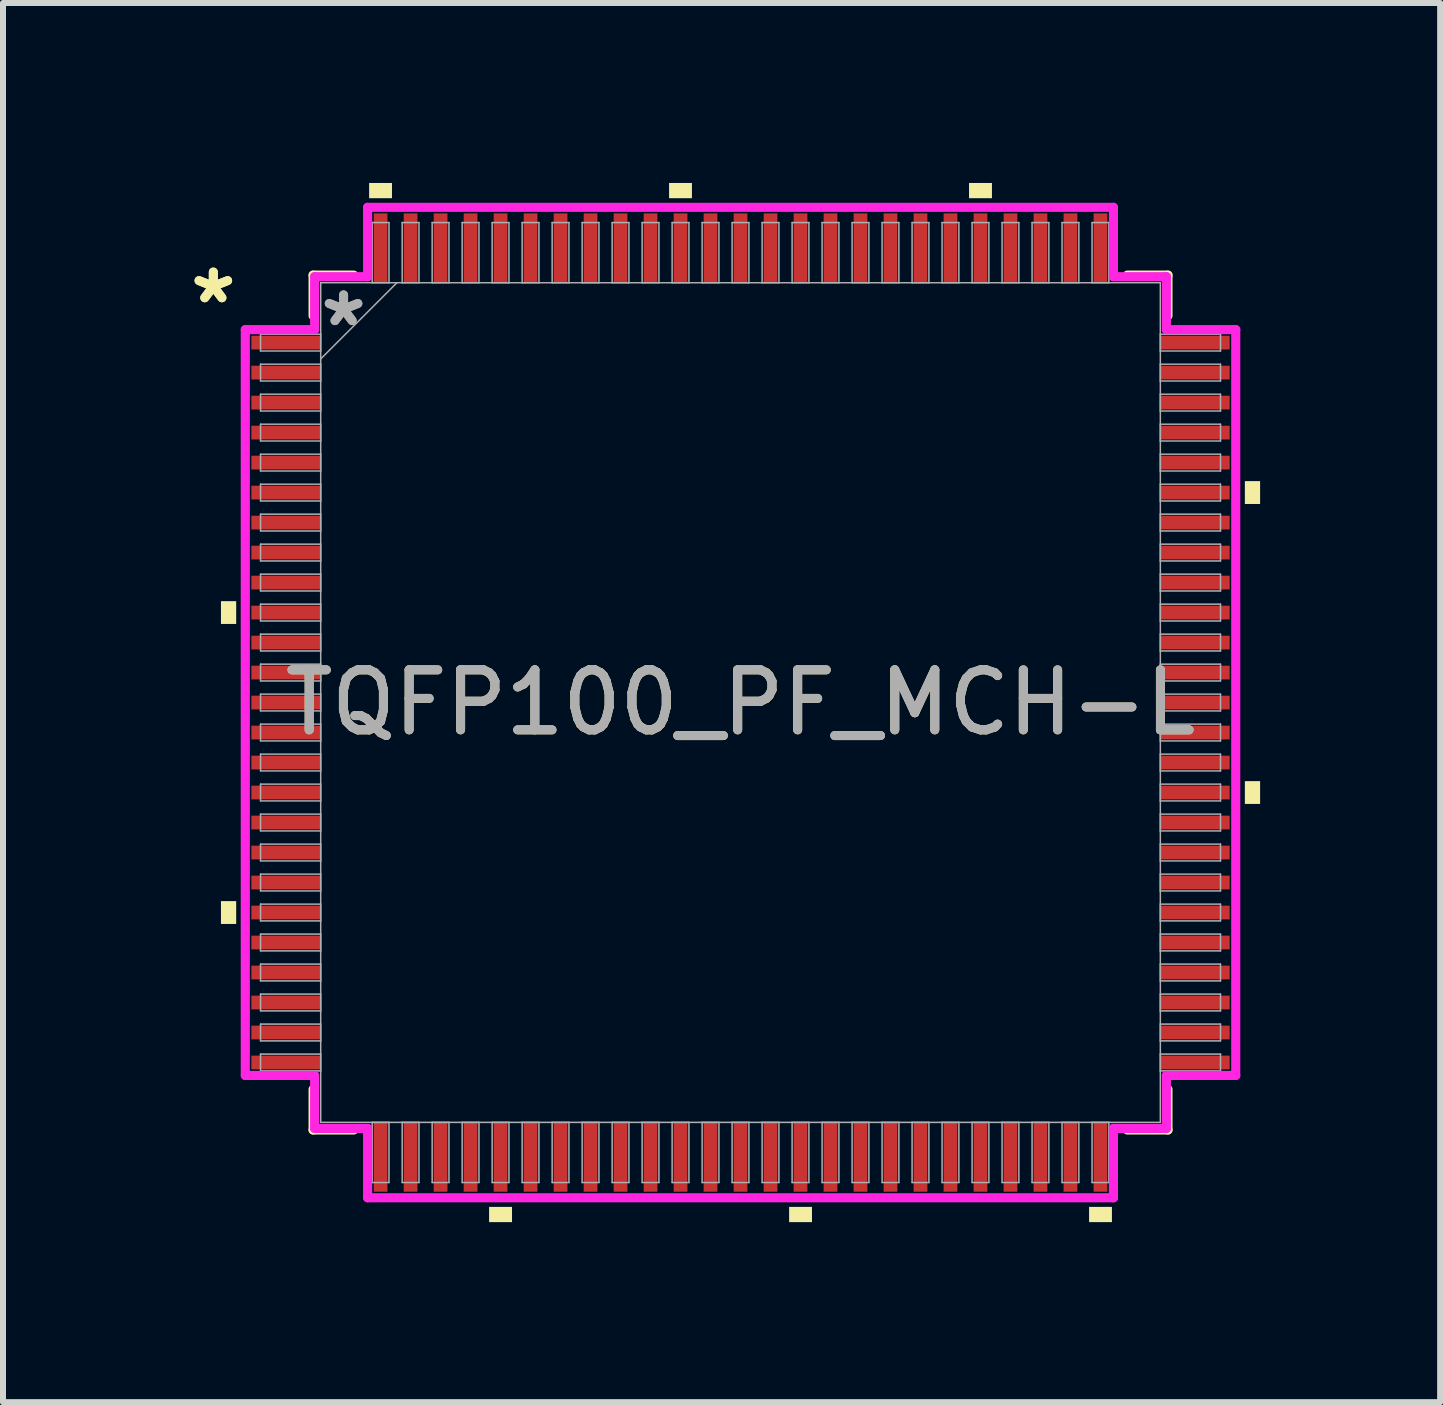
<source format=kicad_pcb>
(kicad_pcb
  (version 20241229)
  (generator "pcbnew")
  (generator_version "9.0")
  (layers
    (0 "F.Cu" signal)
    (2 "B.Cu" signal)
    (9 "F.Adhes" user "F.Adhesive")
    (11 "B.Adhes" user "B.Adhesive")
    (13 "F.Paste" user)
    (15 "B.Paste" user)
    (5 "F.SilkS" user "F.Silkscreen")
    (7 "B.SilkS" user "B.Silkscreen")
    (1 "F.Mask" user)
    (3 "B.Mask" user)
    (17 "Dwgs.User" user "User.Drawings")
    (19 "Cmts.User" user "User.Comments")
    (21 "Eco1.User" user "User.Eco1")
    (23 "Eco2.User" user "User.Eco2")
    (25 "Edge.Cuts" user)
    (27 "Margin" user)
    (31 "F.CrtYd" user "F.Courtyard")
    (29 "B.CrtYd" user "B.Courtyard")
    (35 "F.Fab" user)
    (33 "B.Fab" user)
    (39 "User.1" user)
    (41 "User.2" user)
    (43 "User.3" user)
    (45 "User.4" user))
  (footprint "TQFP100_PF_MCH-L"
    (layer "F.Cu")
    (at 9.294 8.661)
    (property "Reference" "TQFP100_PF_MCH-L" (at 0 0 0) (unlocked yes) (layer "F.SilkS") (effects (font (size 1 1) (thickness 0.15))))
    (attr smd)
    (fp_line (start -7.125 -7.125) (end -7.125 -6.447) (stroke (width 0.152) (type solid)) (layer "F.SilkS"))
    (fp_line (start -7.125 6.447) (end -7.125 7.125) (stroke (width 0.152) (type solid)) (layer "F.SilkS"))
    (fp_line (start -7.125 7.125) (end -6.447 7.125) (stroke (width 0.152) (type solid)) (layer "F.SilkS"))
    (fp_line (start -6.447 -7.125) (end -7.125 -7.125) (stroke (width 0.152) (type solid)) (layer "F.SilkS"))
    (fp_line (start 6.447 7.125) (end 7.125 7.125) (stroke (width 0.152) (type solid)) (layer "F.SilkS"))
    (fp_line (start 7.125 -7.125) (end 6.447 -7.125) (stroke (width 0.152) (type solid)) (layer "F.SilkS"))
    (fp_line (start 7.125 -6.447) (end 7.125 -7.125) (stroke (width 0.152) (type solid)) (layer "F.SilkS"))
    (fp_line (start 7.125 7.125) (end 7.125 6.447) (stroke (width 0.152) (type solid)) (layer "F.SilkS"))
    (fp_poly (pts (xy -8.661 -1.69) (xy -8.661 -1.31) (xy -8.407 -1.31) (xy -8.407 -1.69)) (stroke (width 0) (type solid)) (fill yes) (layer "F.SilkS"))
    (fp_poly (pts (xy -8.661 3.31) (xy -8.661 3.691) (xy -8.407 3.691) (xy -8.407 3.31)) (stroke (width 0) (type solid)) (fill yes) (layer "F.SilkS"))
    (fp_poly (pts (xy -6.191 -8.407) (xy -6.191 -8.661) (xy -5.81 -8.661) (xy -5.81 -8.407)) (stroke (width 0) (type solid)) (fill yes) (layer "F.SilkS"))
    (fp_poly (pts (xy -4.191 8.407) (xy -4.191 8.661) (xy -3.809 8.661) (xy -3.809 8.407)) (stroke (width 0) (type solid)) (fill yes) (layer "F.SilkS"))
    (fp_poly (pts (xy -1.191 -8.407) (xy -1.191 -8.661) (xy -0.81 -8.661) (xy -0.81 -8.407)) (stroke (width 0) (type solid)) (fill yes) (layer "F.SilkS"))
    (fp_poly (pts (xy 0.81 8.407) (xy 0.81 8.661) (xy 1.191 8.661) (xy 1.191 8.407)) (stroke (width 0) (type solid)) (fill yes) (layer "F.SilkS"))
    (fp_poly (pts (xy 3.809 -8.407) (xy 3.809 -8.661) (xy 4.191 -8.661) (xy 4.191 -8.407)) (stroke (width 0) (type solid)) (fill yes) (layer "F.SilkS"))
    (fp_poly (pts (xy 5.81 8.407) (xy 5.81 8.661) (xy 6.191 8.661) (xy 6.191 8.407)) (stroke (width 0) (type solid)) (fill yes) (layer "F.SilkS"))
    (fp_poly (pts (xy 8.661 -3.691) (xy 8.661 -3.31) (xy 8.407 -3.31) (xy 8.407 -3.691)) (stroke (width 0) (type solid)) (fill yes) (layer "F.SilkS"))
    (fp_poly (pts (xy 8.661 1.31) (xy 8.661 1.69) (xy 8.407 1.69) (xy 8.407 1.31)) (stroke (width 0) (type solid)) (fill yes) (layer "F.SilkS"))
    (fp_line (start -8.255 -6.216) (end -7.099 -6.216) (stroke (width 0.152) (type solid)) (layer "F.CrtYd"))
    (fp_line (start -8.255 6.216) (end -8.255 -6.216) (stroke (width 0.152) (type solid)) (layer "F.CrtYd"))
    (fp_line (start -7.099 -7.099) (end -6.216 -7.099) (stroke (width 0.152) (type solid)) (layer "F.CrtYd"))
    (fp_line (start -7.099 -6.216) (end -7.099 -7.099) (stroke (width 0.152) (type solid)) (layer "F.CrtYd"))
    (fp_line (start -7.099 6.216) (end -8.255 6.216) (stroke (width 0.152) (type solid)) (layer "F.CrtYd"))
    (fp_line (start -7.099 7.099) (end -7.099 6.216) (stroke (width 0.152) (type solid)) (layer "F.CrtYd"))
    (fp_line (start -7.099 7.099) (end -6.216 7.099) (stroke (width 0.152) (type solid)) (layer "F.CrtYd"))
    (fp_line (start -6.216 -8.255) (end 6.216 -8.255) (stroke (width 0.152) (type solid)) (layer "F.CrtYd"))
    (fp_line (start -6.216 -7.099) (end -6.216 -8.255) (stroke (width 0.152) (type solid)) (layer "F.CrtYd"))
    (fp_line (start -6.216 7.099) (end -6.216 8.255) (stroke (width 0.152) (type solid)) (layer "F.CrtYd"))
    (fp_line (start -6.216 8.255) (end 6.216 8.255) (stroke (width 0.152) (type solid)) (layer "F.CrtYd"))
    (fp_line (start 6.216 -8.255) (end 6.216 -7.099) (stroke (width 0.152) (type solid)) (layer "F.CrtYd"))
    (fp_line (start 6.216 -7.099) (end 7.099 -7.099) (stroke (width 0.152) (type solid)) (layer "F.CrtYd"))
    (fp_line (start 6.216 7.099) (end 7.099 7.099) (stroke (width 0.152) (type solid)) (layer "F.CrtYd"))
    (fp_line (start 6.216 8.255) (end 6.216 7.099) (stroke (width 0.152) (type solid)) (layer "F.CrtYd"))
    (fp_line (start 7.099 -6.216) (end 7.099 -7.099) (stroke (width 0.152) (type solid)) (layer "F.CrtYd"))
    (fp_line (start 7.099 6.216) (end 8.255 6.216) (stroke (width 0.152) (type solid)) (layer "F.CrtYd"))
    (fp_line (start 7.099 7.099) (end 7.099 6.216) (stroke (width 0.152) (type solid)) (layer "F.CrtYd"))
    (fp_line (start 8.255 -6.216) (end 7.099 -6.216) (stroke (width 0.152) (type solid)) (layer "F.CrtYd"))
    (fp_line (start 8.255 6.216) (end 8.255 -6.216) (stroke (width 0.152) (type solid)) (layer "F.CrtYd"))
    (fp_line (start -8.001 -6.14) (end -8.001 -5.86) (stroke (width 0.025) (type solid)) (layer "F.Fab"))
    (fp_line (start -8.001 -5.86) (end -6.998 -5.86) (stroke (width 0.025) (type solid)) (layer "F.Fab"))
    (fp_line (start -8.001 -5.64) (end -8.001 -5.36) (stroke (width 0.025) (type solid)) (layer "F.Fab"))
    (fp_line (start -8.001 -5.36) (end -6.998 -5.36) (stroke (width 0.025) (type solid)) (layer "F.Fab"))
    (fp_line (start -8.001 -5.14) (end -8.001 -4.86) (stroke (width 0.025) (type solid)) (layer "F.Fab"))
    (fp_line (start -8.001 -4.86) (end -6.998 -4.86) (stroke (width 0.025) (type solid)) (layer "F.Fab"))
    (fp_line (start -8.001 -4.64) (end -8.001 -4.36) (stroke (width 0.025) (type solid)) (layer "F.Fab"))
    (fp_line (start -8.001 -4.36) (end -6.998 -4.36) (stroke (width 0.025) (type solid)) (layer "F.Fab"))
    (fp_line (start -8.001 -4.14) (end -8.001 -3.86) (stroke (width 0.025) (type solid)) (layer "F.Fab"))
    (fp_line (start -8.001 -3.86) (end -6.998 -3.86) (stroke (width 0.025) (type solid)) (layer "F.Fab"))
    (fp_line (start -8.001 -3.64) (end -8.001 -3.36) (stroke (width 0.025) (type solid)) (layer "F.Fab"))
    (fp_line (start -8.001 -3.36) (end -6.998 -3.36) (stroke (width 0.025) (type solid)) (layer "F.Fab"))
    (fp_line (start -8.001 -3.14) (end -8.001 -2.86) (stroke (width 0.025) (type solid)) (layer "F.Fab"))
    (fp_line (start -8.001 -2.86) (end -6.998 -2.86) (stroke (width 0.025) (type solid)) (layer "F.Fab"))
    (fp_line (start -8.001 -2.64) (end -8.001 -2.36) (stroke (width 0.025) (type solid)) (layer "F.Fab"))
    (fp_line (start -8.001 -2.36) (end -6.998 -2.36) (stroke (width 0.025) (type solid)) (layer "F.Fab"))
    (fp_line (start -8.001 -2.14) (end -8.001 -1.86) (stroke (width 0.025) (type solid)) (layer "F.Fab"))
    (fp_line (start -8.001 -1.86) (end -6.998 -1.86) (stroke (width 0.025) (type solid)) (layer "F.Fab"))
    (fp_line (start -8.001 -1.64) (end -8.001 -1.36) (stroke (width 0.025) (type solid)) (layer "F.Fab"))
    (fp_line (start -8.001 -1.36) (end -6.998 -1.36) (stroke (width 0.025) (type solid)) (layer "F.Fab"))
    (fp_line (start -8.001 -1.14) (end -8.001 -0.86) (stroke (width 0.025) (type solid)) (layer "F.Fab"))
    (fp_line (start -8.001 -0.86) (end -6.998 -0.86) (stroke (width 0.025) (type solid)) (layer "F.Fab"))
    (fp_line (start -8.001 -0.64) (end -8.001 -0.36) (stroke (width 0.025) (type solid)) (layer "F.Fab"))
    (fp_line (start -8.001 -0.36) (end -6.998 -0.36) (stroke (width 0.025) (type solid)) (layer "F.Fab"))
    (fp_line (start -8.001 -0.14) (end -8.001 0.14) (stroke (width 0.025) (type solid)) (layer "F.Fab"))
    (fp_line (start -8.001 0.14) (end -6.998 0.14) (stroke (width 0.025) (type solid)) (layer "F.Fab"))
    (fp_line (start -8.001 0.36) (end -8.001 0.64) (stroke (width 0.025) (type solid)) (layer "F.Fab"))
    (fp_line (start -8.001 0.64) (end -6.998 0.64) (stroke (width 0.025) (type solid)) (layer "F.Fab"))
    (fp_line (start -8.001 0.86) (end -8.001 1.14) (stroke (width 0.025) (type solid)) (layer "F.Fab"))
    (fp_line (start -8.001 1.14) (end -6.998 1.14) (stroke (width 0.025) (type solid)) (layer "F.Fab"))
    (fp_line (start -8.001 1.36) (end -8.001 1.64) (stroke (width 0.025) (type solid)) (layer "F.Fab"))
    (fp_line (start -8.001 1.64) (end -6.998 1.64) (stroke (width 0.025) (type solid)) (layer "F.Fab"))
    (fp_line (start -8.001 1.86) (end -8.001 2.14) (stroke (width 0.025) (type solid)) (layer "F.Fab"))
    (fp_line (start -8.001 2.14) (end -6.998 2.14) (stroke (width 0.025) (type solid)) (layer "F.Fab"))
    (fp_line (start -8.001 2.36) (end -8.001 2.64) (stroke (width 0.025) (type solid)) (layer "F.Fab"))
    (fp_line (start -8.001 2.64) (end -6.998 2.64) (stroke (width 0.025) (type solid)) (layer "F.Fab"))
    (fp_line (start -8.001 2.86) (end -8.001 3.14) (stroke (width 0.025) (type solid)) (layer "F.Fab"))
    (fp_line (start -8.001 3.14) (end -6.998 3.14) (stroke (width 0.025) (type solid)) (layer "F.Fab"))
    (fp_line (start -8.001 3.36) (end -8.001 3.64) (stroke (width 0.025) (type solid)) (layer "F.Fab"))
    (fp_line (start -8.001 3.64) (end -6.998 3.64) (stroke (width 0.025) (type solid)) (layer "F.Fab"))
    (fp_line (start -8.001 3.86) (end -8.001 4.14) (stroke (width 0.025) (type solid)) (layer "F.Fab"))
    (fp_line (start -8.001 4.14) (end -6.998 4.14) (stroke (width 0.025) (type solid)) (layer "F.Fab"))
    (fp_line (start -8.001 4.36) (end -8.001 4.64) (stroke (width 0.025) (type solid)) (layer "F.Fab"))
    (fp_line (start -8.001 4.64) (end -6.998 4.64) (stroke (width 0.025) (type solid)) (layer "F.Fab"))
    (fp_line (start -8.001 4.86) (end -8.001 5.14) (stroke (width 0.025) (type solid)) (layer "F.Fab"))
    (fp_line (start -8.001 5.14) (end -6.998 5.14) (stroke (width 0.025) (type solid)) (layer "F.Fab"))
    (fp_line (start -8.001 5.36) (end -8.001 5.64) (stroke (width 0.025) (type solid)) (layer "F.Fab"))
    (fp_line (start -8.001 5.64) (end -6.998 5.64) (stroke (width 0.025) (type solid)) (layer "F.Fab"))
    (fp_line (start -8.001 5.86) (end -8.001 6.14) (stroke (width 0.025) (type solid)) (layer "F.Fab"))
    (fp_line (start -8.001 6.14) (end -6.998 6.14) (stroke (width 0.025) (type solid)) (layer "F.Fab"))
    (fp_line (start -6.998 -6.998) (end -6.998 6.998) (stroke (width 0.025) (type solid)) (layer "F.Fab"))
    (fp_line (start -6.998 -6.14) (end -8.001 -6.14) (stroke (width 0.025) (type solid)) (layer "F.Fab"))
    (fp_line (start -6.998 -5.86) (end -6.998 -6.14) (stroke (width 0.025) (type solid)) (layer "F.Fab"))
    (fp_line (start -6.998 -5.728) (end -5.728 -6.998) (stroke (width 0.025) (type solid)) (layer "F.Fab"))
    (fp_line (start -6.998 -5.64) (end -8.001 -5.64) (stroke (width 0.025) (type solid)) (layer "F.Fab"))
    (fp_line (start -6.998 -5.36) (end -6.998 -5.64) (stroke (width 0.025) (type solid)) (layer "F.Fab"))
    (fp_line (start -6.998 -5.14) (end -8.001 -5.14) (stroke (width 0.025) (type solid)) (layer "F.Fab"))
    (fp_line (start -6.998 -4.86) (end -6.998 -5.14) (stroke (width 0.025) (type solid)) (layer "F.Fab"))
    (fp_line (start -6.998 -4.64) (end -8.001 -4.64) (stroke (width 0.025) (type solid)) (layer "F.Fab"))
    (fp_line (start -6.998 -4.36) (end -6.998 -4.64) (stroke (width 0.025) (type solid)) (layer "F.Fab"))
    (fp_line (start -6.998 -4.14) (end -8.001 -4.14) (stroke (width 0.025) (type solid)) (layer "F.Fab"))
    (fp_line (start -6.998 -3.86) (end -6.998 -4.14) (stroke (width 0.025) (type solid)) (layer "F.Fab"))
    (fp_line (start -6.998 -3.64) (end -8.001 -3.64) (stroke (width 0.025) (type solid)) (layer "F.Fab"))
    (fp_line (start -6.998 -3.36) (end -6.998 -3.64) (stroke (width 0.025) (type solid)) (layer "F.Fab"))
    (fp_line (start -6.998 -3.14) (end -8.001 -3.14) (stroke (width 0.025) (type solid)) (layer "F.Fab"))
    (fp_line (start -6.998 -2.86) (end -6.998 -3.14) (stroke (width 0.025) (type solid)) (layer "F.Fab"))
    (fp_line (start -6.998 -2.64) (end -8.001 -2.64) (stroke (width 0.025) (type solid)) (layer "F.Fab"))
    (fp_line (start -6.998 -2.36) (end -6.998 -2.64) (stroke (width 0.025) (type solid)) (layer "F.Fab"))
    (fp_line (start -6.998 -2.14) (end -8.001 -2.14) (stroke (width 0.025) (type solid)) (layer "F.Fab"))
    (fp_line (start -6.998 -1.86) (end -6.998 -2.14) (stroke (width 0.025) (type solid)) (layer "F.Fab"))
    (fp_line (start -6.998 -1.64) (end -8.001 -1.64) (stroke (width 0.025) (type solid)) (layer "F.Fab"))
    (fp_line (start -6.998 -1.36) (end -6.998 -1.64) (stroke (width 0.025) (type solid)) (layer "F.Fab"))
    (fp_line (start -6.998 -1.14) (end -8.001 -1.14) (stroke (width 0.025) (type solid)) (layer "F.Fab"))
    (fp_line (start -6.998 -0.86) (end -6.998 -1.14) (stroke (width 0.025) (type solid)) (layer "F.Fab"))
    (fp_line (start -6.998 -0.64) (end -8.001 -0.64) (stroke (width 0.025) (type solid)) (layer "F.Fab"))
    (fp_line (start -6.998 -0.36) (end -6.998 -0.64) (stroke (width 0.025) (type solid)) (layer "F.Fab"))
    (fp_line (start -6.998 -0.14) (end -8.001 -0.14) (stroke (width 0.025) (type solid)) (layer "F.Fab"))
    (fp_line (start -6.998 0.14) (end -6.998 -0.14) (stroke (width 0.025) (type solid)) (layer "F.Fab"))
    (fp_line (start -6.998 0.36) (end -8.001 0.36) (stroke (width 0.025) (type solid)) (layer "F.Fab"))
    (fp_line (start -6.998 0.64) (end -6.998 0.36) (stroke (width 0.025) (type solid)) (layer "F.Fab"))
    (fp_line (start -6.998 0.86) (end -8.001 0.86) (stroke (width 0.025) (type solid)) (layer "F.Fab"))
    (fp_line (start -6.998 1.14) (end -6.998 0.86) (stroke (width 0.025) (type solid)) (layer "F.Fab"))
    (fp_line (start -6.998 1.36) (end -8.001 1.36) (stroke (width 0.025) (type solid)) (layer "F.Fab"))
    (fp_line (start -6.998 1.64) (end -6.998 1.36) (stroke (width 0.025) (type solid)) (layer "F.Fab"))
    (fp_line (start -6.998 1.86) (end -8.001 1.86) (stroke (width 0.025) (type solid)) (layer "F.Fab"))
    (fp_line (start -6.998 2.14) (end -6.998 1.86) (stroke (width 0.025) (type solid)) (layer "F.Fab"))
    (fp_line (start -6.998 2.36) (end -8.001 2.36) (stroke (width 0.025) (type solid)) (layer "F.Fab"))
    (fp_line (start -6.998 2.64) (end -6.998 2.36) (stroke (width 0.025) (type solid)) (layer "F.Fab"))
    (fp_line (start -6.998 2.86) (end -8.001 2.86) (stroke (width 0.025) (type solid)) (layer "F.Fab"))
    (fp_line (start -6.998 3.14) (end -6.998 2.86) (stroke (width 0.025) (type solid)) (layer "F.Fab"))
    (fp_line (start -6.998 3.36) (end -8.001 3.36) (stroke (width 0.025) (type solid)) (layer "F.Fab"))
    (fp_line (start -6.998 3.64) (end -6.998 3.36) (stroke (width 0.025) (type solid)) (layer "F.Fab"))
    (fp_line (start -6.998 3.86) (end -8.001 3.86) (stroke (width 0.025) (type solid)) (layer "F.Fab"))
    (fp_line (start -6.998 4.14) (end -6.998 3.86) (stroke (width 0.025) (type solid)) (layer "F.Fab"))
    (fp_line (start -6.998 4.36) (end -8.001 4.36) (stroke (width 0.025) (type solid)) (layer "F.Fab"))
    (fp_line (start -6.998 4.64) (end -6.998 4.36) (stroke (width 0.025) (type solid)) (layer "F.Fab"))
    (fp_line (start -6.998 4.86) (end -8.001 4.86) (stroke (width 0.025) (type solid)) (layer "F.Fab"))
    (fp_line (start -6.998 5.14) (end -6.998 4.86) (stroke (width 0.025) (type solid)) (layer "F.Fab"))
    (fp_line (start -6.998 5.36) (end -8.001 5.36) (stroke (width 0.025) (type solid)) (layer "F.Fab"))
    (fp_line (start -6.998 5.64) (end -6.998 5.36) (stroke (width 0.025) (type solid)) (layer "F.Fab"))
    (fp_line (start -6.998 5.86) (end -8.001 5.86) (stroke (width 0.025) (type solid)) (layer "F.Fab"))
    (fp_line (start -6.998 6.14) (end -6.998 5.86) (stroke (width 0.025) (type solid)) (layer "F.Fab"))
    (fp_line (start -6.998 6.998) (end 6.998 6.998) (stroke (width 0.025) (type solid)) (layer "F.Fab"))
    (fp_line (start -6.14 -8.001) (end -6.14 -6.998) (stroke (width 0.025) (type solid)) (layer "F.Fab"))
    (fp_line (start -6.14 -6.998) (end -5.86 -6.998) (stroke (width 0.025) (type solid)) (layer "F.Fab"))
    (fp_line (start -6.14 6.998) (end -6.14 8.001) (stroke (width 0.025) (type solid)) (layer "F.Fab"))
    (fp_line (start -6.14 8.001) (end -5.86 8.001) (stroke (width 0.025) (type solid)) (layer "F.Fab"))
    (fp_line (start -5.86 -8.001) (end -6.14 -8.001) (stroke (width 0.025) (type solid)) (layer "F.Fab"))
    (fp_line (start -5.86 -6.998) (end -5.86 -8.001) (stroke (width 0.025) (type solid)) (layer "F.Fab"))
    (fp_line (start -5.86 6.998) (end -6.14 6.998) (stroke (width 0.025) (type solid)) (layer "F.Fab"))
    (fp_line (start -5.86 8.001) (end -5.86 6.998) (stroke (width 0.025) (type solid)) (layer "F.Fab"))
    (fp_line (start -5.64 -8.001) (end -5.64 -6.998) (stroke (width 0.025) (type solid)) (layer "F.Fab"))
    (fp_line (start -5.64 -6.998) (end -5.36 -6.998) (stroke (width 0.025) (type solid)) (layer "F.Fab"))
    (fp_line (start -5.64 6.998) (end -5.64 8.001) (stroke (width 0.025) (type solid)) (layer "F.Fab"))
    (fp_line (start -5.64 8.001) (end -5.36 8.001) (stroke (width 0.025) (type solid)) (layer "F.Fab"))
    (fp_line (start -5.36 -8.001) (end -5.64 -8.001) (stroke (width 0.025) (type solid)) (layer "F.Fab"))
    (fp_line (start -5.36 -6.998) (end -5.36 -8.001) (stroke (width 0.025) (type solid)) (layer "F.Fab"))
    (fp_line (start -5.36 6.998) (end -5.64 6.998) (stroke (width 0.025) (type solid)) (layer "F.Fab"))
    (fp_line (start -5.36 8.001) (end -5.36 6.998) (stroke (width 0.025) (type solid)) (layer "F.Fab"))
    (fp_line (start -5.14 -8.001) (end -5.14 -6.998) (stroke (width 0.025) (type solid)) (layer "F.Fab"))
    (fp_line (start -5.14 -6.998) (end -4.86 -6.998) (stroke (width 0.025) (type solid)) (layer "F.Fab"))
    (fp_line (start -5.14 6.998) (end -5.14 8.001) (stroke (width 0.025) (type solid)) (layer "F.Fab"))
    (fp_line (start -5.14 8.001) (end -4.86 8.001) (stroke (width 0.025) (type solid)) (layer "F.Fab"))
    (fp_line (start -4.86 -8.001) (end -5.14 -8.001) (stroke (width 0.025) (type solid)) (layer "F.Fab"))
    (fp_line (start -4.86 -6.998) (end -4.86 -8.001) (stroke (width 0.025) (type solid)) (layer "F.Fab"))
    (fp_line (start -4.86 6.998) (end -5.14 6.998) (stroke (width 0.025) (type solid)) (layer "F.Fab"))
    (fp_line (start -4.86 8.001) (end -4.86 6.998) (stroke (width 0.025) (type solid)) (layer "F.Fab"))
    (fp_line (start -4.64 -8.001) (end -4.64 -6.998) (stroke (width 0.025) (type solid)) (layer "F.Fab"))
    (fp_line (start -4.64 -6.998) (end -4.36 -6.998) (stroke (width 0.025) (type solid)) (layer "F.Fab"))
    (fp_line (start -4.64 6.998) (end -4.64 8.001) (stroke (width 0.025) (type solid)) (layer "F.Fab"))
    (fp_line (start -4.64 8.001) (end -4.36 8.001) (stroke (width 0.025) (type solid)) (layer "F.Fab"))
    (fp_line (start -4.36 -8.001) (end -4.64 -8.001) (stroke (width 0.025) (type solid)) (layer "F.Fab"))
    (fp_line (start -4.36 -6.998) (end -4.36 -8.001) (stroke (width 0.025) (type solid)) (layer "F.Fab"))
    (fp_line (start -4.36 6.998) (end -4.64 6.998) (stroke (width 0.025) (type solid)) (layer "F.Fab"))
    (fp_line (start -4.36 8.001) (end -4.36 6.998) (stroke (width 0.025) (type solid)) (layer "F.Fab"))
    (fp_line (start -4.14 -8.001) (end -4.14 -6.998) (stroke (width 0.025) (type solid)) (layer "F.Fab"))
    (fp_line (start -4.14 -6.998) (end -3.86 -6.998) (stroke (width 0.025) (type solid)) (layer "F.Fab"))
    (fp_line (start -4.14 6.998) (end -4.14 8.001) (stroke (width 0.025) (type solid)) (layer "F.Fab"))
    (fp_line (start -4.14 8.001) (end -3.86 8.001) (stroke (width 0.025) (type solid)) (layer "F.Fab"))
    (fp_line (start -3.86 -8.001) (end -4.14 -8.001) (stroke (width 0.025) (type solid)) (layer "F.Fab"))
    (fp_line (start -3.86 -6.998) (end -3.86 -8.001) (stroke (width 0.025) (type solid)) (layer "F.Fab"))
    (fp_line (start -3.86 6.998) (end -4.14 6.998) (stroke (width 0.025) (type solid)) (layer "F.Fab"))
    (fp_line (start -3.86 8.001) (end -3.86 6.998) (stroke (width 0.025) (type solid)) (layer "F.Fab"))
    (fp_line (start -3.64 -8.001) (end -3.64 -6.998) (stroke (width 0.025) (type solid)) (layer "F.Fab"))
    (fp_line (start -3.64 -6.998) (end -3.36 -6.998) (stroke (width 0.025) (type solid)) (layer "F.Fab"))
    (fp_line (start -3.64 6.998) (end -3.64 8.001) (stroke (width 0.025) (type solid)) (layer "F.Fab"))
    (fp_line (start -3.64 8.001) (end -3.36 8.001) (stroke (width 0.025) (type solid)) (layer "F.Fab"))
    (fp_line (start -3.36 -8.001) (end -3.64 -8.001) (stroke (width 0.025) (type solid)) (layer "F.Fab"))
    (fp_line (start -3.36 -6.998) (end -3.36 -8.001) (stroke (width 0.025) (type solid)) (layer "F.Fab"))
    (fp_line (start -3.36 6.998) (end -3.64 6.998) (stroke (width 0.025) (type solid)) (layer "F.Fab"))
    (fp_line (start -3.36 8.001) (end -3.36 6.998) (stroke (width 0.025) (type solid)) (layer "F.Fab"))
    (fp_line (start -3.14 -8.001) (end -3.14 -6.998) (stroke (width 0.025) (type solid)) (layer "F.Fab"))
    (fp_line (start -3.14 -6.998) (end -2.86 -6.998) (stroke (width 0.025) (type solid)) (layer "F.Fab"))
    (fp_line (start -3.14 6.998) (end -3.14 8.001) (stroke (width 0.025) (type solid)) (layer "F.Fab"))
    (fp_line (start -3.14 8.001) (end -2.86 8.001) (stroke (width 0.025) (type solid)) (layer "F.Fab"))
    (fp_line (start -2.86 -8.001) (end -3.14 -8.001) (stroke (width 0.025) (type solid)) (layer "F.Fab"))
    (fp_line (start -2.86 -6.998) (end -2.86 -8.001) (stroke (width 0.025) (type solid)) (layer "F.Fab"))
    (fp_line (start -2.86 6.998) (end -3.14 6.998) (stroke (width 0.025) (type solid)) (layer "F.Fab"))
    (fp_line (start -2.86 8.001) (end -2.86 6.998) (stroke (width 0.025) (type solid)) (layer "F.Fab"))
    (fp_line (start -2.64 -8.001) (end -2.64 -6.998) (stroke (width 0.025) (type solid)) (layer "F.Fab"))
    (fp_line (start -2.64 -6.998) (end -2.36 -6.998) (stroke (width 0.025) (type solid)) (layer "F.Fab"))
    (fp_line (start -2.64 6.998) (end -2.64 8.001) (stroke (width 0.025) (type solid)) (layer "F.Fab"))
    (fp_line (start -2.64 8.001) (end -2.36 8.001) (stroke (width 0.025) (type solid)) (layer "F.Fab"))
    (fp_line (start -2.36 -8.001) (end -2.64 -8.001) (stroke (width 0.025) (type solid)) (layer "F.Fab"))
    (fp_line (start -2.36 -6.998) (end -2.36 -8.001) (stroke (width 0.025) (type solid)) (layer "F.Fab"))
    (fp_line (start -2.36 6.998) (end -2.64 6.998) (stroke (width 0.025) (type solid)) (layer "F.Fab"))
    (fp_line (start -2.36 8.001) (end -2.36 6.998) (stroke (width 0.025) (type solid)) (layer "F.Fab"))
    (fp_line (start -2.14 -8.001) (end -2.14 -6.998) (stroke (width 0.025) (type solid)) (layer "F.Fab"))
    (fp_line (start -2.14 -6.998) (end -1.86 -6.998) (stroke (width 0.025) (type solid)) (layer "F.Fab"))
    (fp_line (start -2.14 6.998) (end -2.14 8.001) (stroke (width 0.025) (type solid)) (layer "F.Fab"))
    (fp_line (start -2.14 8.001) (end -1.86 8.001) (stroke (width 0.025) (type solid)) (layer "F.Fab"))
    (fp_line (start -1.86 -8.001) (end -2.14 -8.001) (stroke (width 0.025) (type solid)) (layer "F.Fab"))
    (fp_line (start -1.86 -6.998) (end -1.86 -8.001) (stroke (width 0.025) (type solid)) (layer "F.Fab"))
    (fp_line (start -1.86 6.998) (end -2.14 6.998) (stroke (width 0.025) (type solid)) (layer "F.Fab"))
    (fp_line (start -1.86 8.001) (end -1.86 6.998) (stroke (width 0.025) (type solid)) (layer "F.Fab"))
    (fp_line (start -1.64 -8.001) (end -1.64 -6.998) (stroke (width 0.025) (type solid)) (layer "F.Fab"))
    (fp_line (start -1.64 -6.998) (end -1.36 -6.998) (stroke (width 0.025) (type solid)) (layer "F.Fab"))
    (fp_line (start -1.64 6.998) (end -1.64 8.001) (stroke (width 0.025) (type solid)) (layer "F.Fab"))
    (fp_line (start -1.64 8.001) (end -1.36 8.001) (stroke (width 0.025) (type solid)) (layer "F.Fab"))
    (fp_line (start -1.36 -8.001) (end -1.64 -8.001) (stroke (width 0.025) (type solid)) (layer "F.Fab"))
    (fp_line (start -1.36 -6.998) (end -1.36 -8.001) (stroke (width 0.025) (type solid)) (layer "F.Fab"))
    (fp_line (start -1.36 6.998) (end -1.64 6.998) (stroke (width 0.025) (type solid)) (layer "F.Fab"))
    (fp_line (start -1.36 8.001) (end -1.36 6.998) (stroke (width 0.025) (type solid)) (layer "F.Fab"))
    (fp_line (start -1.14 -8.001) (end -1.14 -6.998) (stroke (width 0.025) (type solid)) (layer "F.Fab"))
    (fp_line (start -1.14 -6.998) (end -0.86 -6.998) (stroke (width 0.025) (type solid)) (layer "F.Fab"))
    (fp_line (start -1.14 6.998) (end -1.14 8.001) (stroke (width 0.025) (type solid)) (layer "F.Fab"))
    (fp_line (start -1.14 8.001) (end -0.86 8.001) (stroke (width 0.025) (type solid)) (layer "F.Fab"))
    (fp_line (start -0.86 -8.001) (end -1.14 -8.001) (stroke (width 0.025) (type solid)) (layer "F.Fab"))
    (fp_line (start -0.86 -6.998) (end -0.86 -8.001) (stroke (width 0.025) (type solid)) (layer "F.Fab"))
    (fp_line (start -0.86 6.998) (end -1.14 6.998) (stroke (width 0.025) (type solid)) (layer "F.Fab"))
    (fp_line (start -0.86 8.001) (end -0.86 6.998) (stroke (width 0.025) (type solid)) (layer "F.Fab"))
    (fp_line (start -0.64 -8.001) (end -0.64 -6.998) (stroke (width 0.025) (type solid)) (layer "F.Fab"))
    (fp_line (start -0.64 -6.998) (end -0.36 -6.998) (stroke (width 0.025) (type solid)) (layer "F.Fab"))
    (fp_line (start -0.64 6.998) (end -0.64 8.001) (stroke (width 0.025) (type solid)) (layer "F.Fab"))
    (fp_line (start -0.64 8.001) (end -0.36 8.001) (stroke (width 0.025) (type solid)) (layer "F.Fab"))
    (fp_line (start -0.36 -8.001) (end -0.64 -8.001) (stroke (width 0.025) (type solid)) (layer "F.Fab"))
    (fp_line (start -0.36 -6.998) (end -0.36 -8.001) (stroke (width 0.025) (type solid)) (layer "F.Fab"))
    (fp_line (start -0.36 6.998) (end -0.64 6.998) (stroke (width 0.025) (type solid)) (layer "F.Fab"))
    (fp_line (start -0.36 8.001) (end -0.36 6.998) (stroke (width 0.025) (type solid)) (layer "F.Fab"))
    (fp_line (start -0.14 -8.001) (end -0.14 -6.998) (stroke (width 0.025) (type solid)) (layer "F.Fab"))
    (fp_line (start -0.14 -6.998) (end 0.14 -6.998) (stroke (width 0.025) (type solid)) (layer "F.Fab"))
    (fp_line (start -0.14 6.998) (end -0.14 8.001) (stroke (width 0.025) (type solid)) (layer "F.Fab"))
    (fp_line (start -0.14 8.001) (end 0.14 8.001) (stroke (width 0.025) (type solid)) (layer "F.Fab"))
    (fp_line (start 0.14 -8.001) (end -0.14 -8.001) (stroke (width 0.025) (type solid)) (layer "F.Fab"))
    (fp_line (start 0.14 -6.998) (end 0.14 -8.001) (stroke (width 0.025) (type solid)) (layer "F.Fab"))
    (fp_line (start 0.14 6.998) (end -0.14 6.998) (stroke (width 0.025) (type solid)) (layer "F.Fab"))
    (fp_line (start 0.14 8.001) (end 0.14 6.998) (stroke (width 0.025) (type solid)) (layer "F.Fab"))
    (fp_line (start 0.36 -8.001) (end 0.36 -6.998) (stroke (width 0.025) (type solid)) (layer "F.Fab"))
    (fp_line (start 0.36 -6.998) (end 0.64 -6.998) (stroke (width 0.025) (type solid)) (layer "F.Fab"))
    (fp_line (start 0.36 6.998) (end 0.36 8.001) (stroke (width 0.025) (type solid)) (layer "F.Fab"))
    (fp_line (start 0.36 8.001) (end 0.64 8.001) (stroke (width 0.025) (type solid)) (layer "F.Fab"))
    (fp_line (start 0.64 -8.001) (end 0.36 -8.001) (stroke (width 0.025) (type solid)) (layer "F.Fab"))
    (fp_line (start 0.64 -6.998) (end 0.64 -8.001) (stroke (width 0.025) (type solid)) (layer "F.Fab"))
    (fp_line (start 0.64 6.998) (end 0.36 6.998) (stroke (width 0.025) (type solid)) (layer "F.Fab"))
    (fp_line (start 0.64 8.001) (end 0.64 6.998) (stroke (width 0.025) (type solid)) (layer "F.Fab"))
    (fp_line (start 0.86 -8.001) (end 0.86 -6.998) (stroke (width 0.025) (type solid)) (layer "F.Fab"))
    (fp_line (start 0.86 -6.998) (end 1.14 -6.998) (stroke (width 0.025) (type solid)) (layer "F.Fab"))
    (fp_line (start 0.86 6.998) (end 0.86 8.001) (stroke (width 0.025) (type solid)) (layer "F.Fab"))
    (fp_line (start 0.86 8.001) (end 1.14 8.001) (stroke (width 0.025) (type solid)) (layer "F.Fab"))
    (fp_line (start 1.14 -8.001) (end 0.86 -8.001) (stroke (width 0.025) (type solid)) (layer "F.Fab"))
    (fp_line (start 1.14 -6.998) (end 1.14 -8.001) (stroke (width 0.025) (type solid)) (layer "F.Fab"))
    (fp_line (start 1.14 6.998) (end 0.86 6.998) (stroke (width 0.025) (type solid)) (layer "F.Fab"))
    (fp_line (start 1.14 8.001) (end 1.14 6.998) (stroke (width 0.025) (type solid)) (layer "F.Fab"))
    (fp_line (start 1.36 -8.001) (end 1.36 -6.998) (stroke (width 0.025) (type solid)) (layer "F.Fab"))
    (fp_line (start 1.36 -6.998) (end 1.64 -6.998) (stroke (width 0.025) (type solid)) (layer "F.Fab"))
    (fp_line (start 1.36 6.998) (end 1.36 8.001) (stroke (width 0.025) (type solid)) (layer "F.Fab"))
    (fp_line (start 1.36 8.001) (end 1.64 8.001) (stroke (width 0.025) (type solid)) (layer "F.Fab"))
    (fp_line (start 1.64 -8.001) (end 1.36 -8.001) (stroke (width 0.025) (type solid)) (layer "F.Fab"))
    (fp_line (start 1.64 -6.998) (end 1.64 -8.001) (stroke (width 0.025) (type solid)) (layer "F.Fab"))
    (fp_line (start 1.64 6.998) (end 1.36 6.998) (stroke (width 0.025) (type solid)) (layer "F.Fab"))
    (fp_line (start 1.64 8.001) (end 1.64 6.998) (stroke (width 0.025) (type solid)) (layer "F.Fab"))
    (fp_line (start 1.86 -8.001) (end 1.86 -6.998) (stroke (width 0.025) (type solid)) (layer "F.Fab"))
    (fp_line (start 1.86 -6.998) (end 2.14 -6.998) (stroke (width 0.025) (type solid)) (layer "F.Fab"))
    (fp_line (start 1.86 6.998) (end 1.86 8.001) (stroke (width 0.025) (type solid)) (layer "F.Fab"))
    (fp_line (start 1.86 8.001) (end 2.14 8.001) (stroke (width 0.025) (type solid)) (layer "F.Fab"))
    (fp_line (start 2.14 -8.001) (end 1.86 -8.001) (stroke (width 0.025) (type solid)) (layer "F.Fab"))
    (fp_line (start 2.14 -6.998) (end 2.14 -8.001) (stroke (width 0.025) (type solid)) (layer "F.Fab"))
    (fp_line (start 2.14 6.998) (end 1.86 6.998) (stroke (width 0.025) (type solid)) (layer "F.Fab"))
    (fp_line (start 2.14 8.001) (end 2.14 6.998) (stroke (width 0.025) (type solid)) (layer "F.Fab"))
    (fp_line (start 2.36 -8.001) (end 2.36 -6.998) (stroke (width 0.025) (type solid)) (layer "F.Fab"))
    (fp_line (start 2.36 -6.998) (end 2.64 -6.998) (stroke (width 0.025) (type solid)) (layer "F.Fab"))
    (fp_line (start 2.36 6.998) (end 2.36 8.001) (stroke (width 0.025) (type solid)) (layer "F.Fab"))
    (fp_line (start 2.36 8.001) (end 2.64 8.001) (stroke (width 0.025) (type solid)) (layer "F.Fab"))
    (fp_line (start 2.64 -8.001) (end 2.36 -8.001) (stroke (width 0.025) (type solid)) (layer "F.Fab"))
    (fp_line (start 2.64 -6.998) (end 2.64 -8.001) (stroke (width 0.025) (type solid)) (layer "F.Fab"))
    (fp_line (start 2.64 6.998) (end 2.36 6.998) (stroke (width 0.025) (type solid)) (layer "F.Fab"))
    (fp_line (start 2.64 8.001) (end 2.64 6.998) (stroke (width 0.025) (type solid)) (layer "F.Fab"))
    (fp_line (start 2.86 -8.001) (end 2.86 -6.998) (stroke (width 0.025) (type solid)) (layer "F.Fab"))
    (fp_line (start 2.86 -6.998) (end 3.14 -6.998) (stroke (width 0.025) (type solid)) (layer "F.Fab"))
    (fp_line (start 2.86 6.998) (end 2.86 8.001) (stroke (width 0.025) (type solid)) (layer "F.Fab"))
    (fp_line (start 2.86 8.001) (end 3.14 8.001) (stroke (width 0.025) (type solid)) (layer "F.Fab"))
    (fp_line (start 3.14 -8.001) (end 2.86 -8.001) (stroke (width 0.025) (type solid)) (layer "F.Fab"))
    (fp_line (start 3.14 -6.998) (end 3.14 -8.001) (stroke (width 0.025) (type solid)) (layer "F.Fab"))
    (fp_line (start 3.14 6.998) (end 2.86 6.998) (stroke (width 0.025) (type solid)) (layer "F.Fab"))
    (fp_line (start 3.14 8.001) (end 3.14 6.998) (stroke (width 0.025) (type solid)) (layer "F.Fab"))
    (fp_line (start 3.36 -8.001) (end 3.36 -6.998) (stroke (width 0.025) (type solid)) (layer "F.Fab"))
    (fp_line (start 3.36 -6.998) (end 3.64 -6.998) (stroke (width 0.025) (type solid)) (layer "F.Fab"))
    (fp_line (start 3.36 6.998) (end 3.36 8.001) (stroke (width 0.025) (type solid)) (layer "F.Fab"))
    (fp_line (start 3.36 8.001) (end 3.64 8.001) (stroke (width 0.025) (type solid)) (layer "F.Fab"))
    (fp_line (start 3.64 -8.001) (end 3.36 -8.001) (stroke (width 0.025) (type solid)) (layer "F.Fab"))
    (fp_line (start 3.64 -6.998) (end 3.64 -8.001) (stroke (width 0.025) (type solid)) (layer "F.Fab"))
    (fp_line (start 3.64 6.998) (end 3.36 6.998) (stroke (width 0.025) (type solid)) (layer "F.Fab"))
    (fp_line (start 3.64 8.001) (end 3.64 6.998) (stroke (width 0.025) (type solid)) (layer "F.Fab"))
    (fp_line (start 3.86 -8.001) (end 3.86 -6.998) (stroke (width 0.025) (type solid)) (layer "F.Fab"))
    (fp_line (start 3.86 -6.998) (end 4.14 -6.998) (stroke (width 0.025) (type solid)) (layer "F.Fab"))
    (fp_line (start 3.86 6.998) (end 3.86 8.001) (stroke (width 0.025) (type solid)) (layer "F.Fab"))
    (fp_line (start 3.86 8.001) (end 4.14 8.001) (stroke (width 0.025) (type solid)) (layer "F.Fab"))
    (fp_line (start 4.14 -8.001) (end 3.86 -8.001) (stroke (width 0.025) (type solid)) (layer "F.Fab"))
    (fp_line (start 4.14 -6.998) (end 4.14 -8.001) (stroke (width 0.025) (type solid)) (layer "F.Fab"))
    (fp_line (start 4.14 6.998) (end 3.86 6.998) (stroke (width 0.025) (type solid)) (layer "F.Fab"))
    (fp_line (start 4.14 8.001) (end 4.14 6.998) (stroke (width 0.025) (type solid)) (layer "F.Fab"))
    (fp_line (start 4.36 -8.001) (end 4.36 -6.998) (stroke (width 0.025) (type solid)) (layer "F.Fab"))
    (fp_line (start 4.36 -6.998) (end 4.64 -6.998) (stroke (width 0.025) (type solid)) (layer "F.Fab"))
    (fp_line (start 4.36 6.998) (end 4.36 8.001) (stroke (width 0.025) (type solid)) (layer "F.Fab"))
    (fp_line (start 4.36 8.001) (end 4.64 8.001) (stroke (width 0.025) (type solid)) (layer "F.Fab"))
    (fp_line (start 4.64 -8.001) (end 4.36 -8.001) (stroke (width 0.025) (type solid)) (layer "F.Fab"))
    (fp_line (start 4.64 -6.998) (end 4.64 -8.001) (stroke (width 0.025) (type solid)) (layer "F.Fab"))
    (fp_line (start 4.64 6.998) (end 4.36 6.998) (stroke (width 0.025) (type solid)) (layer "F.Fab"))
    (fp_line (start 4.64 8.001) (end 4.64 6.998) (stroke (width 0.025) (type solid)) (layer "F.Fab"))
    (fp_line (start 4.86 -8.001) (end 4.86 -6.998) (stroke (width 0.025) (type solid)) (layer "F.Fab"))
    (fp_line (start 4.86 -6.998) (end 5.14 -6.998) (stroke (width 0.025) (type solid)) (layer "F.Fab"))
    (fp_line (start 4.86 6.998) (end 4.86 8.001) (stroke (width 0.025) (type solid)) (layer "F.Fab"))
    (fp_line (start 4.86 8.001) (end 5.14 8.001) (stroke (width 0.025) (type solid)) (layer "F.Fab"))
    (fp_line (start 5.14 -8.001) (end 4.86 -8.001) (stroke (width 0.025) (type solid)) (layer "F.Fab"))
    (fp_line (start 5.14 -6.998) (end 5.14 -8.001) (stroke (width 0.025) (type solid)) (layer "F.Fab"))
    (fp_line (start 5.14 6.998) (end 4.86 6.998) (stroke (width 0.025) (type solid)) (layer "F.Fab"))
    (fp_line (start 5.14 8.001) (end 5.14 6.998) (stroke (width 0.025) (type solid)) (layer "F.Fab"))
    (fp_line (start 5.36 -8.001) (end 5.36 -6.998) (stroke (width 0.025) (type solid)) (layer "F.Fab"))
    (fp_line (start 5.36 -6.998) (end 5.64 -6.998) (stroke (width 0.025) (type solid)) (layer "F.Fab"))
    (fp_line (start 5.36 6.998) (end 5.36 8.001) (stroke (width 0.025) (type solid)) (layer "F.Fab"))
    (fp_line (start 5.36 8.001) (end 5.64 8.001) (stroke (width 0.025) (type solid)) (layer "F.Fab"))
    (fp_line (start 5.64 -8.001) (end 5.36 -8.001) (stroke (width 0.025) (type solid)) (layer "F.Fab"))
    (fp_line (start 5.64 -6.998) (end 5.64 -8.001) (stroke (width 0.025) (type solid)) (layer "F.Fab"))
    (fp_line (start 5.64 6.998) (end 5.36 6.998) (stroke (width 0.025) (type solid)) (layer "F.Fab"))
    (fp_line (start 5.64 8.001) (end 5.64 6.998) (stroke (width 0.025) (type solid)) (layer "F.Fab"))
    (fp_line (start 5.86 -8.001) (end 5.86 -6.998) (stroke (width 0.025) (type solid)) (layer "F.Fab"))
    (fp_line (start 5.86 -6.998) (end 6.14 -6.998) (stroke (width 0.025) (type solid)) (layer "F.Fab"))
    (fp_line (start 5.86 6.998) (end 5.86 8.001) (stroke (width 0.025) (type solid)) (layer "F.Fab"))
    (fp_line (start 5.86 8.001) (end 6.14 8.001) (stroke (width 0.025) (type solid)) (layer "F.Fab"))
    (fp_line (start 6.14 -8.001) (end 5.86 -8.001) (stroke (width 0.025) (type solid)) (layer "F.Fab"))
    (fp_line (start 6.14 -6.998) (end 6.14 -8.001) (stroke (width 0.025) (type solid)) (layer "F.Fab"))
    (fp_line (start 6.14 6.998) (end 5.86 6.998) (stroke (width 0.025) (type solid)) (layer "F.Fab"))
    (fp_line (start 6.14 8.001) (end 6.14 6.998) (stroke (width 0.025) (type solid)) (layer "F.Fab"))
    (fp_line (start 6.998 -6.998) (end -6.998 -6.998) (stroke (width 0.025) (type solid)) (layer "F.Fab"))
    (fp_line (start 6.998 -6.14) (end 6.998 -5.86) (stroke (width 0.025) (type solid)) (layer "F.Fab"))
    (fp_line (start 6.998 -5.86) (end 8.001 -5.86) (stroke (width 0.025) (type solid)) (layer "F.Fab"))
    (fp_line (start 6.998 -5.64) (end 6.998 -5.36) (stroke (width 0.025) (type solid)) (layer "F.Fab"))
    (fp_line (start 6.998 -5.36) (end 8.001 -5.36) (stroke (width 0.025) (type solid)) (layer "F.Fab"))
    (fp_line (start 6.998 -5.14) (end 6.998 -4.86) (stroke (width 0.025) (type solid)) (layer "F.Fab"))
    (fp_line (start 6.998 -4.86) (end 8.001 -4.86) (stroke (width 0.025) (type solid)) (layer "F.Fab"))
    (fp_line (start 6.998 -4.64) (end 6.998 -4.36) (stroke (width 0.025) (type solid)) (layer "F.Fab"))
    (fp_line (start 6.998 -4.36) (end 8.001 -4.36) (stroke (width 0.025) (type solid)) (layer "F.Fab"))
    (fp_line (start 6.998 -4.14) (end 6.998 -3.86) (stroke (width 0.025) (type solid)) (layer "F.Fab"))
    (fp_line (start 6.998 -3.86) (end 8.001 -3.86) (stroke (width 0.025) (type solid)) (layer "F.Fab"))
    (fp_line (start 6.998 -3.64) (end 6.998 -3.36) (stroke (width 0.025) (type solid)) (layer "F.Fab"))
    (fp_line (start 6.998 -3.36) (end 8.001 -3.36) (stroke (width 0.025) (type solid)) (layer "F.Fab"))
    (fp_line (start 6.998 -3.14) (end 6.998 -2.86) (stroke (width 0.025) (type solid)) (layer "F.Fab"))
    (fp_line (start 6.998 -2.86) (end 8.001 -2.86) (stroke (width 0.025) (type solid)) (layer "F.Fab"))
    (fp_line (start 6.998 -2.64) (end 6.998 -2.36) (stroke (width 0.025) (type solid)) (layer "F.Fab"))
    (fp_line (start 6.998 -2.36) (end 8.001 -2.36) (stroke (width 0.025) (type solid)) (layer "F.Fab"))
    (fp_line (start 6.998 -2.14) (end 6.998 -1.86) (stroke (width 0.025) (type solid)) (layer "F.Fab"))
    (fp_line (start 6.998 -1.86) (end 8.001 -1.86) (stroke (width 0.025) (type solid)) (layer "F.Fab"))
    (fp_line (start 6.998 -1.64) (end 6.998 -1.36) (stroke (width 0.025) (type solid)) (layer "F.Fab"))
    (fp_line (start 6.998 -1.36) (end 8.001 -1.36) (stroke (width 0.025) (type solid)) (layer "F.Fab"))
    (fp_line (start 6.998 -1.14) (end 6.998 -0.86) (stroke (width 0.025) (type solid)) (layer "F.Fab"))
    (fp_line (start 6.998 -0.86) (end 8.001 -0.86) (stroke (width 0.025) (type solid)) (layer "F.Fab"))
    (fp_line (start 6.998 -0.64) (end 6.998 -0.36) (stroke (width 0.025) (type solid)) (layer "F.Fab"))
    (fp_line (start 6.998 -0.36) (end 8.001 -0.36) (stroke (width 0.025) (type solid)) (layer "F.Fab"))
    (fp_line (start 6.998 -0.14) (end 6.998 0.14) (stroke (width 0.025) (type solid)) (layer "F.Fab"))
    (fp_line (start 6.998 0.14) (end 8.001 0.14) (stroke (width 0.025) (type solid)) (layer "F.Fab"))
    (fp_line (start 6.998 0.36) (end 6.998 0.64) (stroke (width 0.025) (type solid)) (layer "F.Fab"))
    (fp_line (start 6.998 0.64) (end 8.001 0.64) (stroke (width 0.025) (type solid)) (layer "F.Fab"))
    (fp_line (start 6.998 0.86) (end 6.998 1.14) (stroke (width 0.025) (type solid)) (layer "F.Fab"))
    (fp_line (start 6.998 1.14) (end 8.001 1.14) (stroke (width 0.025) (type solid)) (layer "F.Fab"))
    (fp_line (start 6.998 1.36) (end 6.998 1.64) (stroke (width 0.025) (type solid)) (layer "F.Fab"))
    (fp_line (start 6.998 1.64) (end 8.001 1.64) (stroke (width 0.025) (type solid)) (layer "F.Fab"))
    (fp_line (start 6.998 1.86) (end 6.998 2.14) (stroke (width 0.025) (type solid)) (layer "F.Fab"))
    (fp_line (start 6.998 2.14) (end 8.001 2.14) (stroke (width 0.025) (type solid)) (layer "F.Fab"))
    (fp_line (start 6.998 2.36) (end 6.998 2.64) (stroke (width 0.025) (type solid)) (layer "F.Fab"))
    (fp_line (start 6.998 2.64) (end 8.001 2.64) (stroke (width 0.025) (type solid)) (layer "F.Fab"))
    (fp_line (start 6.998 2.86) (end 6.998 3.14) (stroke (width 0.025) (type solid)) (layer "F.Fab"))
    (fp_line (start 6.998 3.14) (end 8.001 3.14) (stroke (width 0.025) (type solid)) (layer "F.Fab"))
    (fp_line (start 6.998 3.36) (end 6.998 3.64) (stroke (width 0.025) (type solid)) (layer "F.Fab"))
    (fp_line (start 6.998 3.64) (end 8.001 3.64) (stroke (width 0.025) (type solid)) (layer "F.Fab"))
    (fp_line (start 6.998 3.86) (end 6.998 4.14) (stroke (width 0.025) (type solid)) (layer "F.Fab"))
    (fp_line (start 6.998 4.14) (end 8.001 4.14) (stroke (width 0.025) (type solid)) (layer "F.Fab"))
    (fp_line (start 6.998 4.36) (end 6.998 4.64) (stroke (width 0.025) (type solid)) (layer "F.Fab"))
    (fp_line (start 6.998 4.64) (end 8.001 4.64) (stroke (width 0.025) (type solid)) (layer "F.Fab"))
    (fp_line (start 6.998 4.86) (end 6.998 5.14) (stroke (width 0.025) (type solid)) (layer "F.Fab"))
    (fp_line (start 6.998 5.14) (end 8.001 5.14) (stroke (width 0.025) (type solid)) (layer "F.Fab"))
    (fp_line (start 6.998 5.36) (end 6.998 5.64) (stroke (width 0.025) (type solid)) (layer "F.Fab"))
    (fp_line (start 6.998 5.64) (end 8.001 5.64) (stroke (width 0.025) (type solid)) (layer "F.Fab"))
    (fp_line (start 6.998 5.86) (end 6.998 6.14) (stroke (width 0.025) (type solid)) (layer "F.Fab"))
    (fp_line (start 6.998 6.14) (end 8.001 6.14) (stroke (width 0.025) (type solid)) (layer "F.Fab"))
    (fp_line (start 6.998 6.998) (end 6.998 -6.998) (stroke (width 0.025) (type solid)) (layer "F.Fab"))
    (fp_line (start 8.001 -6.14) (end 6.998 -6.14) (stroke (width 0.025) (type solid)) (layer "F.Fab"))
    (fp_line (start 8.001 -5.86) (end 8.001 -6.14) (stroke (width 0.025) (type solid)) (layer "F.Fab"))
    (fp_line (start 8.001 -5.64) (end 6.998 -5.64) (stroke (width 0.025) (type solid)) (layer "F.Fab"))
    (fp_line (start 8.001 -5.36) (end 8.001 -5.64) (stroke (width 0.025) (type solid)) (layer "F.Fab"))
    (fp_line (start 8.001 -5.14) (end 6.998 -5.14) (stroke (width 0.025) (type solid)) (layer "F.Fab"))
    (fp_line (start 8.001 -4.86) (end 8.001 -5.14) (stroke (width 0.025) (type solid)) (layer "F.Fab"))
    (fp_line (start 8.001 -4.64) (end 6.998 -4.64) (stroke (width 0.025) (type solid)) (layer "F.Fab"))
    (fp_line (start 8.001 -4.36) (end 8.001 -4.64) (stroke (width 0.025) (type solid)) (layer "F.Fab"))
    (fp_line (start 8.001 -4.14) (end 6.998 -4.14) (stroke (width 0.025) (type solid)) (layer "F.Fab"))
    (fp_line (start 8.001 -3.86) (end 8.001 -4.14) (stroke (width 0.025) (type solid)) (layer "F.Fab"))
    (fp_line (start 8.001 -3.64) (end 6.998 -3.64) (stroke (width 0.025) (type solid)) (layer "F.Fab"))
    (fp_line (start 8.001 -3.36) (end 8.001 -3.64) (stroke (width 0.025) (type solid)) (layer "F.Fab"))
    (fp_line (start 8.001 -3.14) (end 6.998 -3.14) (stroke (width 0.025) (type solid)) (layer "F.Fab"))
    (fp_line (start 8.001 -2.86) (end 8.001 -3.14) (stroke (width 0.025) (type solid)) (layer "F.Fab"))
    (fp_line (start 8.001 -2.64) (end 6.998 -2.64) (stroke (width 0.025) (type solid)) (layer "F.Fab"))
    (fp_line (start 8.001 -2.36) (end 8.001 -2.64) (stroke (width 0.025) (type solid)) (layer "F.Fab"))
    (fp_line (start 8.001 -2.14) (end 6.998 -2.14) (stroke (width 0.025) (type solid)) (layer "F.Fab"))
    (fp_line (start 8.001 -1.86) (end 8.001 -2.14) (stroke (width 0.025) (type solid)) (layer "F.Fab"))
    (fp_line (start 8.001 -1.64) (end 6.998 -1.64) (stroke (width 0.025) (type solid)) (layer "F.Fab"))
    (fp_line (start 8.001 -1.36) (end 8.001 -1.64) (stroke (width 0.025) (type solid)) (layer "F.Fab"))
    (fp_line (start 8.001 -1.14) (end 6.998 -1.14) (stroke (width 0.025) (type solid)) (layer "F.Fab"))
    (fp_line (start 8.001 -0.86) (end 8.001 -1.14) (stroke (width 0.025) (type solid)) (layer "F.Fab"))
    (fp_line (start 8.001 -0.64) (end 6.998 -0.64) (stroke (width 0.025) (type solid)) (layer "F.Fab"))
    (fp_line (start 8.001 -0.36) (end 8.001 -0.64) (stroke (width 0.025) (type solid)) (layer "F.Fab"))
    (fp_line (start 8.001 -0.14) (end 6.998 -0.14) (stroke (width 0.025) (type solid)) (layer "F.Fab"))
    (fp_line (start 8.001 0.14) (end 8.001 -0.14) (stroke (width 0.025) (type solid)) (layer "F.Fab"))
    (fp_line (start 8.001 0.36) (end 6.998 0.36) (stroke (width 0.025) (type solid)) (layer "F.Fab"))
    (fp_line (start 8.001 0.64) (end 8.001 0.36) (stroke (width 0.025) (type solid)) (layer "F.Fab"))
    (fp_line (start 8.001 0.86) (end 6.998 0.86) (stroke (width 0.025) (type solid)) (layer "F.Fab"))
    (fp_line (start 8.001 1.14) (end 8.001 0.86) (stroke (width 0.025) (type solid)) (layer "F.Fab"))
    (fp_line (start 8.001 1.36) (end 6.998 1.36) (stroke (width 0.025) (type solid)) (layer "F.Fab"))
    (fp_line (start 8.001 1.64) (end 8.001 1.36) (stroke (width 0.025) (type solid)) (layer "F.Fab"))
    (fp_line (start 8.001 1.86) (end 6.998 1.86) (stroke (width 0.025) (type solid)) (layer "F.Fab"))
    (fp_line (start 8.001 2.14) (end 8.001 1.86) (stroke (width 0.025) (type solid)) (layer "F.Fab"))
    (fp_line (start 8.001 2.36) (end 6.998 2.36) (stroke (width 0.025) (type solid)) (layer "F.Fab"))
    (fp_line (start 8.001 2.64) (end 8.001 2.36) (stroke (width 0.025) (type solid)) (layer "F.Fab"))
    (fp_line (start 8.001 2.86) (end 6.998 2.86) (stroke (width 0.025) (type solid)) (layer "F.Fab"))
    (fp_line (start 8.001 3.14) (end 8.001 2.86) (stroke (width 0.025) (type solid)) (layer "F.Fab"))
    (fp_line (start 8.001 3.36) (end 6.998 3.36) (stroke (width 0.025) (type solid)) (layer "F.Fab"))
    (fp_line (start 8.001 3.64) (end 8.001 3.36) (stroke (width 0.025) (type solid)) (layer "F.Fab"))
    (fp_line (start 8.001 3.86) (end 6.998 3.86) (stroke (width 0.025) (type solid)) (layer "F.Fab"))
    (fp_line (start 8.001 4.14) (end 8.001 3.86) (stroke (width 0.025) (type solid)) (layer "F.Fab"))
    (fp_line (start 8.001 4.36) (end 6.998 4.36) (stroke (width 0.025) (type solid)) (layer "F.Fab"))
    (fp_line (start 8.001 4.64) (end 8.001 4.36) (stroke (width 0.025) (type solid)) (layer "F.Fab"))
    (fp_line (start 8.001 4.86) (end 6.998 4.86) (stroke (width 0.025) (type solid)) (layer "F.Fab"))
    (fp_line (start 8.001 5.14) (end 8.001 4.86) (stroke (width 0.025) (type solid)) (layer "F.Fab"))
    (fp_line (start 8.001 5.36) (end 6.998 5.36) (stroke (width 0.025) (type solid)) (layer "F.Fab"))
    (fp_line (start 8.001 5.64) (end 8.001 5.36) (stroke (width 0.025) (type solid)) (layer "F.Fab"))
    (fp_line (start 8.001 5.86) (end 6.998 5.86) (stroke (width 0.025) (type solid)) (layer "F.Fab"))
    (fp_line (start 8.001 6.14) (end 8.001 5.86) (stroke (width 0.025) (type solid)) (layer "F.Fab"))
    (fp_text user "*" (at -8.788 -6.631 0) (layer "F.SilkS") (effects (font (size 1 1) (thickness 0.15))))
    (fp_text user "*" (at -8.788 -6.631 0) (unlocked yes) (layer "F.SilkS") (effects (font (size 1 1) (thickness 0.15))))
    (fp_text user "*" (at -6.617 -6.25 0) (layer "F.Fab") (effects (font (size 1 1) (thickness 0.15))))
    (fp_text user "*" (at -6.617 -6.25 0) (unlocked yes) (layer "F.Fab") (effects (font (size 1 1) (thickness 0.15))))
    (fp_text user "${REFERENCE}" (at 0 0 0) (unlocked yes) (layer "F.Fab") (effects (font (size 1 1) (thickness 0.15))))
    (pad "1" smd rect (at -7.576 -6 90) (size 0.229 1.156) (layers "F.Cu" "F.Mask" "F.Paste"))
    (pad "2" smd rect (at -7.576 -5.5 90) (size 0.229 1.156) (layers "F.Cu" "F.Mask" "F.Paste"))
    (pad "3" smd rect (at -7.576 -5 90) (size 0.229 1.156) (layers "F.Cu" "F.Mask" "F.Paste"))
    (pad "4" smd rect (at -7.576 -4.5 90) (size 0.229 1.156) (layers "F.Cu" "F.Mask" "F.Paste"))
    (pad "5" smd rect (at -7.576 -4 90) (size 0.229 1.156) (layers "F.Cu" "F.Mask" "F.Paste"))
    (pad "6" smd rect (at -7.576 -3.5 90) (size 0.229 1.156) (layers "F.Cu" "F.Mask" "F.Paste"))
    (pad "7" smd rect (at -7.576 -3 90) (size 0.229 1.156) (layers "F.Cu" "F.Mask" "F.Paste"))
    (pad "8" smd rect (at -7.576 -2.5 90) (size 0.229 1.156) (layers "F.Cu" "F.Mask" "F.Paste"))
    (pad "9" smd rect (at -7.576 -2 90) (size 0.229 1.156) (layers "F.Cu" "F.Mask" "F.Paste"))
    (pad "10" smd rect (at -7.576 -1.5 90) (size 0.229 1.156) (layers "F.Cu" "F.Mask" "F.Paste"))
    (pad "11" smd rect (at -7.576 -1 90) (size 0.229 1.156) (layers "F.Cu" "F.Mask" "F.Paste"))
    (pad "12" smd rect (at -7.576 -0.5 90) (size 0.229 1.156) (layers "F.Cu" "F.Mask" "F.Paste"))
    (pad "13" smd rect (at -7.576 0 90) (size 0.229 1.156) (layers "F.Cu" "F.Mask" "F.Paste"))
    (pad "14" smd rect (at -7.576 0.5 90) (size 0.229 1.156) (layers "F.Cu" "F.Mask" "F.Paste"))
    (pad "15" smd rect (at -7.576 1 90) (size 0.229 1.156) (layers "F.Cu" "F.Mask" "F.Paste"))
    (pad "16" smd rect (at -7.576 1.5 90) (size 0.229 1.156) (layers "F.Cu" "F.Mask" "F.Paste"))
    (pad "17" smd rect (at -7.576 2 90) (size 0.229 1.156) (layers "F.Cu" "F.Mask" "F.Paste"))
    (pad "18" smd rect (at -7.576 2.5 90) (size 0.229 1.156) (layers "F.Cu" "F.Mask" "F.Paste"))
    (pad "19" smd rect (at -7.576 3 90) (size 0.229 1.156) (layers "F.Cu" "F.Mask" "F.Paste"))
    (pad "20" smd rect (at -7.576 3.5 90) (size 0.229 1.156) (layers "F.Cu" "F.Mask" "F.Paste"))
    (pad "21" smd rect (at -7.576 4 90) (size 0.229 1.156) (layers "F.Cu" "F.Mask" "F.Paste"))
    (pad "22" smd rect (at -7.576 4.5 90) (size 0.229 1.156) (layers "F.Cu" "F.Mask" "F.Paste"))
    (pad "23" smd rect (at -7.576 5 90) (size 0.229 1.156) (layers "F.Cu" "F.Mask" "F.Paste"))
    (pad "24" smd rect (at -7.576 5.5 90) (size 0.229 1.156) (layers "F.Cu" "F.Mask" "F.Paste"))
    (pad "25" smd rect (at -7.576 6 90) (size 0.229 1.156) (layers "F.Cu" "F.Mask" "F.Paste"))
    (pad "26" smd rect (at -6 7.576) (size 0.229 1.156) (layers "F.Cu" "F.Mask" "F.Paste"))
    (pad "27" smd rect (at -5.5 7.576) (size 0.229 1.156) (layers "F.Cu" "F.Mask" "F.Paste"))
    (pad "28" smd rect (at -5 7.576) (size 0.229 1.156) (layers "F.Cu" "F.Mask" "F.Paste"))
    (pad "29" smd rect (at -4.5 7.576) (size 0.229 1.156) (layers "F.Cu" "F.Mask" "F.Paste"))
    (pad "30" smd rect (at -4 7.576) (size 0.229 1.156) (layers "F.Cu" "F.Mask" "F.Paste"))
    (pad "31" smd rect (at -3.5 7.576) (size 0.229 1.156) (layers "F.Cu" "F.Mask" "F.Paste"))
    (pad "32" smd rect (at -3 7.576) (size 0.229 1.156) (layers "F.Cu" "F.Mask" "F.Paste"))
    (pad "33" smd rect (at -2.5 7.576) (size 0.229 1.156) (layers "F.Cu" "F.Mask" "F.Paste"))
    (pad "34" smd rect (at -2 7.576) (size 0.229 1.156) (layers "F.Cu" "F.Mask" "F.Paste"))
    (pad "35" smd rect (at -1.5 7.576) (size 0.229 1.156) (layers "F.Cu" "F.Mask" "F.Paste"))
    (pad "36" smd rect (at -1 7.576) (size 0.229 1.156) (layers "F.Cu" "F.Mask" "F.Paste"))
    (pad "37" smd rect (at -0.5 7.576) (size 0.229 1.156) (layers "F.Cu" "F.Mask" "F.Paste"))
    (pad "38" smd rect (at 0 7.576) (size 0.229 1.156) (layers "F.Cu" "F.Mask" "F.Paste"))
    (pad "39" smd rect (at 0.5 7.576) (size 0.229 1.156) (layers "F.Cu" "F.Mask" "F.Paste"))
    (pad "40" smd rect (at 1 7.576) (size 0.229 1.156) (layers "F.Cu" "F.Mask" "F.Paste"))
    (pad "41" smd rect (at 1.5 7.576) (size 0.229 1.156) (layers "F.Cu" "F.Mask" "F.Paste"))
    (pad "42" smd rect (at 2 7.576) (size 0.229 1.156) (layers "F.Cu" "F.Mask" "F.Paste"))
    (pad "43" smd rect (at 2.5 7.576) (size 0.229 1.156) (layers "F.Cu" "F.Mask" "F.Paste"))
    (pad "44" smd rect (at 3 7.576) (size 0.229 1.156) (layers "F.Cu" "F.Mask" "F.Paste"))
    (pad "45" smd rect (at 3.5 7.576) (size 0.229 1.156) (layers "F.Cu" "F.Mask" "F.Paste"))
    (pad "46" smd rect (at 4 7.576) (size 0.229 1.156) (layers "F.Cu" "F.Mask" "F.Paste"))
    (pad "47" smd rect (at 4.5 7.576) (size 0.229 1.156) (layers "F.Cu" "F.Mask" "F.Paste"))
    (pad "48" smd rect (at 5 7.576) (size 0.229 1.156) (layers "F.Cu" "F.Mask" "F.Paste"))
    (pad "49" smd rect (at 5.5 7.576) (size 0.229 1.156) (layers "F.Cu" "F.Mask" "F.Paste"))
    (pad "50" smd rect (at 6 7.576) (size 0.229 1.156) (layers "F.Cu" "F.Mask" "F.Paste"))
    (pad "51" smd rect (at 7.576 6 90) (size 0.229 1.156) (layers "F.Cu" "F.Mask" "F.Paste"))
    (pad "52" smd rect (at 7.576 5.5 90) (size 0.229 1.156) (layers "F.Cu" "F.Mask" "F.Paste"))
    (pad "53" smd rect (at 7.576 5 90) (size 0.229 1.156) (layers "F.Cu" "F.Mask" "F.Paste"))
    (pad "54" smd rect (at 7.576 4.5 90) (size 0.229 1.156) (layers "F.Cu" "F.Mask" "F.Paste"))
    (pad "55" smd rect (at 7.576 4 90) (size 0.229 1.156) (layers "F.Cu" "F.Mask" "F.Paste"))
    (pad "56" smd rect (at 7.576 3.5 90) (size 0.229 1.156) (layers "F.Cu" "F.Mask" "F.Paste"))
    (pad "57" smd rect (at 7.576 3 90) (size 0.229 1.156) (layers "F.Cu" "F.Mask" "F.Paste"))
    (pad "58" smd rect (at 7.576 2.5 90) (size 0.229 1.156) (layers "F.Cu" "F.Mask" "F.Paste"))
    (pad "59" smd rect (at 7.576 2 90) (size 0.229 1.156) (layers "F.Cu" "F.Mask" "F.Paste"))
    (pad "60" smd rect (at 7.576 1.5 90) (size 0.229 1.156) (layers "F.Cu" "F.Mask" "F.Paste"))
    (pad "61" smd rect (at 7.576 1 90) (size 0.229 1.156) (layers "F.Cu" "F.Mask" "F.Paste"))
    (pad "62" smd rect (at 7.576 0.5 90) (size 0.229 1.156) (layers "F.Cu" "F.Mask" "F.Paste"))
    (pad "63" smd rect (at 7.576 0 90) (size 0.229 1.156) (layers "F.Cu" "F.Mask" "F.Paste"))
    (pad "64" smd rect (at 7.576 -0.5 90) (size 0.229 1.156) (layers "F.Cu" "F.Mask" "F.Paste"))
    (pad "65" smd rect (at 7.576 -1 90) (size 0.229 1.156) (layers "F.Cu" "F.Mask" "F.Paste"))
    (pad "66" smd rect (at 7.576 -1.5 90) (size 0.229 1.156) (layers "F.Cu" "F.Mask" "F.Paste"))
    (pad "67" smd rect (at 7.576 -2 90) (size 0.229 1.156) (layers "F.Cu" "F.Mask" "F.Paste"))
    (pad "68" smd rect (at 7.576 -2.5 90) (size 0.229 1.156) (layers "F.Cu" "F.Mask" "F.Paste"))
    (pad "69" smd rect (at 7.576 -3 90) (size 0.229 1.156) (layers "F.Cu" "F.Mask" "F.Paste"))
    (pad "70" smd rect (at 7.576 -3.5 90) (size 0.229 1.156) (layers "F.Cu" "F.Mask" "F.Paste"))
    (pad "71" smd rect (at 7.576 -4 90) (size 0.229 1.156) (layers "F.Cu" "F.Mask" "F.Paste"))
    (pad "72" smd rect (at 7.576 -4.5 90) (size 0.229 1.156) (layers "F.Cu" "F.Mask" "F.Paste"))
    (pad "73" smd rect (at 7.576 -5 90) (size 0.229 1.156) (layers "F.Cu" "F.Mask" "F.Paste"))
    (pad "74" smd rect (at 7.576 -5.5 90) (size 0.229 1.156) (layers "F.Cu" "F.Mask" "F.Paste"))
    (pad "75" smd rect (at 7.576 -6 90) (size 0.229 1.156) (layers "F.Cu" "F.Mask" "F.Paste"))
    (pad "76" smd rect (at 6 -7.576) (size 0.229 1.156) (layers "F.Cu" "F.Mask" "F.Paste"))
    (pad "77" smd rect (at 5.5 -7.576) (size 0.229 1.156) (layers "F.Cu" "F.Mask" "F.Paste"))
    (pad "78" smd rect (at 5 -7.576) (size 0.229 1.156) (layers "F.Cu" "F.Mask" "F.Paste"))
    (pad "79" smd rect (at 4.5 -7.576) (size 0.229 1.156) (layers "F.Cu" "F.Mask" "F.Paste"))
    (pad "80" smd rect (at 4 -7.576) (size 0.229 1.156) (layers "F.Cu" "F.Mask" "F.Paste"))
    (pad "81" smd rect (at 3.5 -7.576) (size 0.229 1.156) (layers "F.Cu" "F.Mask" "F.Paste"))
    (pad "82" smd rect (at 3 -7.576) (size 0.229 1.156) (layers "F.Cu" "F.Mask" "F.Paste"))
    (pad "83" smd rect (at 2.5 -7.576) (size 0.229 1.156) (layers "F.Cu" "F.Mask" "F.Paste"))
    (pad "84" smd rect (at 2 -7.576) (size 0.229 1.156) (layers "F.Cu" "F.Mask" "F.Paste"))
    (pad "85" smd rect (at 1.5 -7.576) (size 0.229 1.156) (layers "F.Cu" "F.Mask" "F.Paste"))
    (pad "86" smd rect (at 1 -7.576) (size 0.229 1.156) (layers "F.Cu" "F.Mask" "F.Paste"))
    (pad "87" smd rect (at 0.5 -7.576) (size 0.229 1.156) (layers "F.Cu" "F.Mask" "F.Paste"))
    (pad "88" smd rect (at 0 -7.576) (size 0.229 1.156) (layers "F.Cu" "F.Mask" "F.Paste"))
    (pad "89" smd rect (at -0.5 -7.576) (size 0.229 1.156) (layers "F.Cu" "F.Mask" "F.Paste"))
    (pad "90" smd rect (at -1 -7.576) (size 0.229 1.156) (layers "F.Cu" "F.Mask" "F.Paste"))
    (pad "91" smd rect (at -1.5 -7.576) (size 0.229 1.156) (layers "F.Cu" "F.Mask" "F.Paste"))
    (pad "92" smd rect (at -2 -7.576) (size 0.229 1.156) (layers "F.Cu" "F.Mask" "F.Paste"))
    (pad "93" smd rect (at -2.5 -7.576) (size 0.229 1.156) (layers "F.Cu" "F.Mask" "F.Paste"))
    (pad "94" smd rect (at -3 -7.576) (size 0.229 1.156) (layers "F.Cu" "F.Mask" "F.Paste"))
    (pad "95" smd rect (at -3.5 -7.576) (size 0.229 1.156) (layers "F.Cu" "F.Mask" "F.Paste"))
    (pad "96" smd rect (at -4 -7.576) (size 0.229 1.156) (layers "F.Cu" "F.Mask" "F.Paste"))
    (pad "97" smd rect (at -4.5 -7.576) (size 0.229 1.156) (layers "F.Cu" "F.Mask" "F.Paste"))
    (pad "98" smd rect (at -5 -7.576) (size 0.229 1.156) (layers "F.Cu" "F.Mask" "F.Paste"))
    (pad "99" smd rect (at -5.5 -7.576) (size 0.229 1.156) (layers "F.Cu" "F.Mask" "F.Paste"))
    (pad "100" smd rect (at -6 -7.576) (size 0.229 1.156) (layers "F.Cu" "F.Mask" "F.Paste")))
  (gr_rect
    (start -3 -3)
    (end 20.956 20.323)
    (stroke (width 0.1) (type default))
    (fill no)
    (layer "Edge.Cuts")))
</source>
